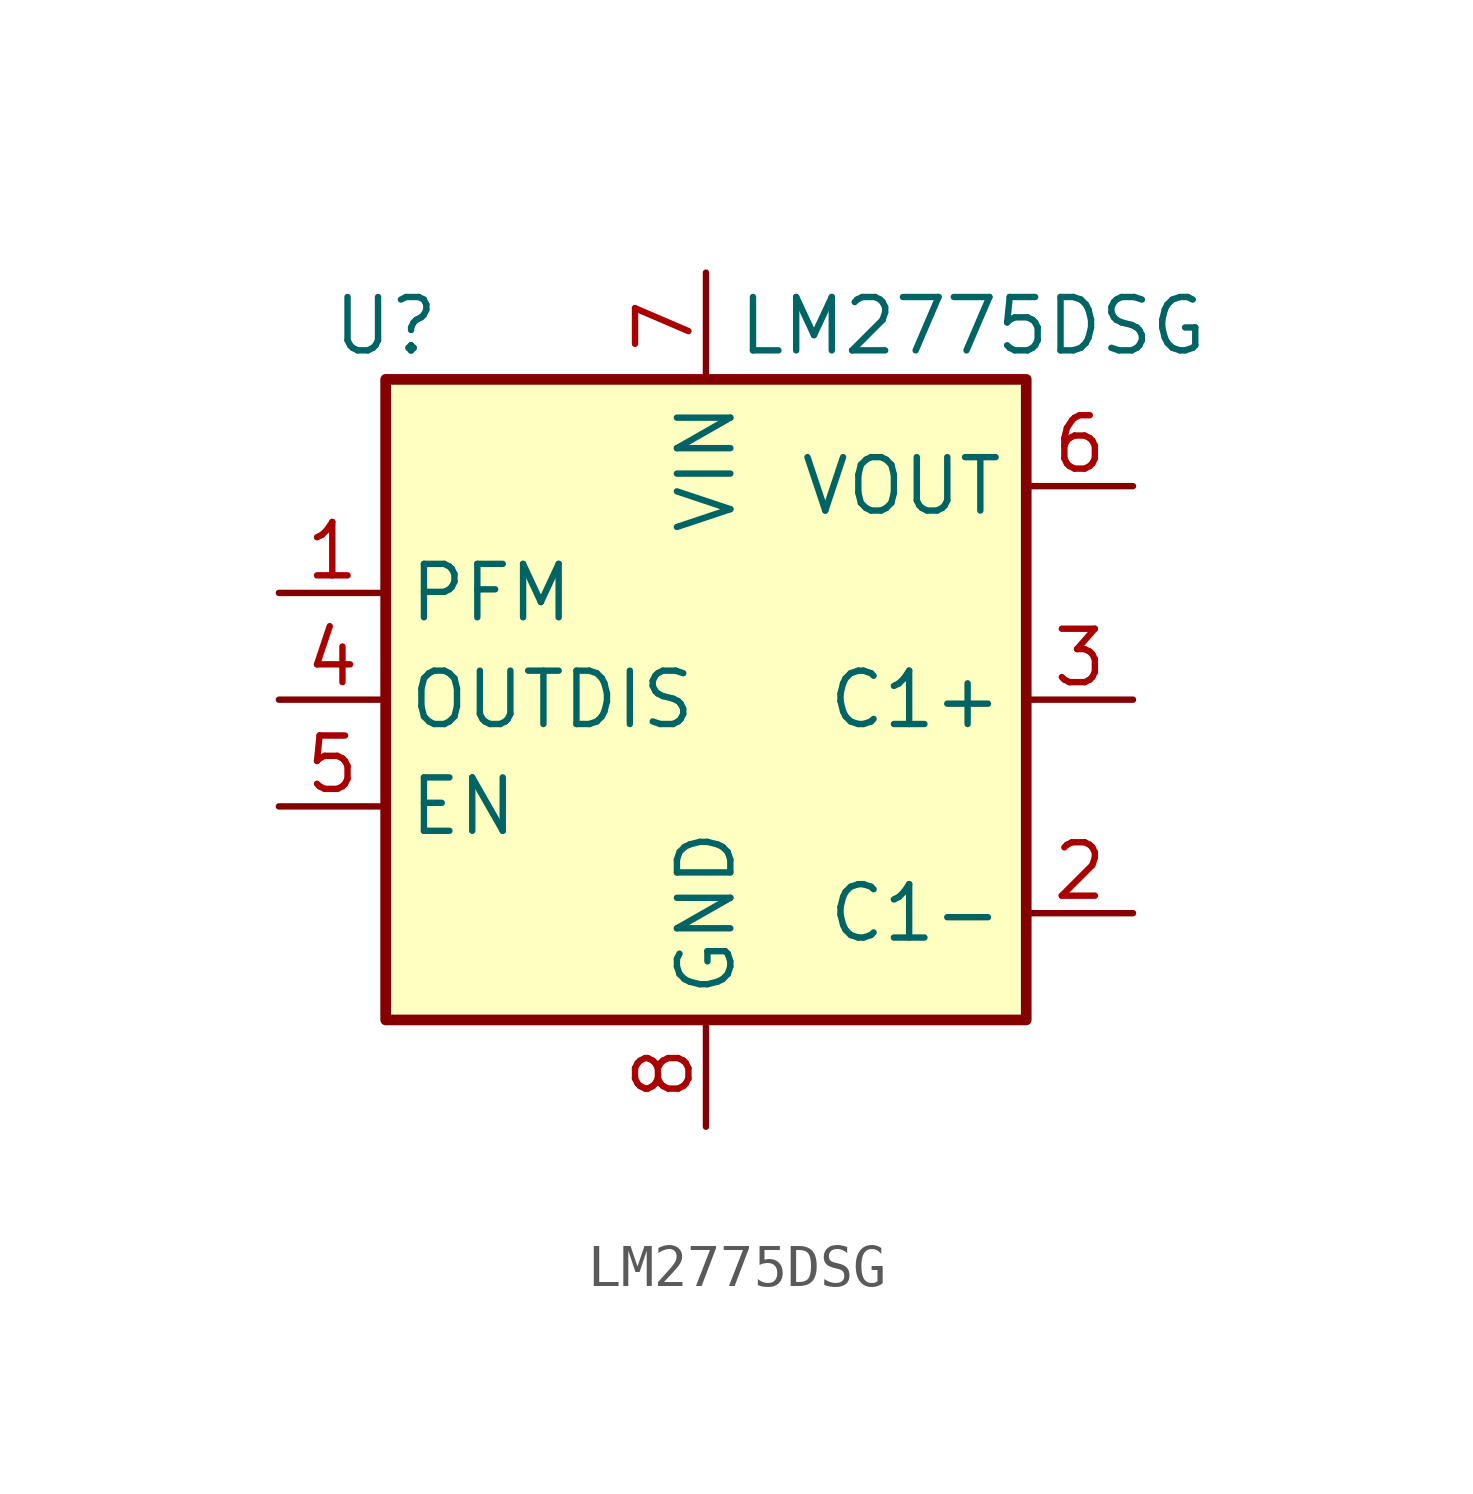
<source format=kicad_sym>
(kicad_symbol_lib
  (version 20211014)
  (generator kicad_symbol_editor)
  (symbol "LM2775DSG"
    (property "Reference" "U"
      (at -7.62 8.89 0)
      (effects (font (size 1.27 1.27))))
    (property "Value" "LM2775DSG"
      (at 6.35 8.89 0)
      (effects (font (size 1.27 1.27))))
    (symbol "LM2775DSG_0_1"
      (rectangle (start -7.62 7.62) (end 7.62 -7.62) (stroke (width 0.254) (type default)) (fill (type background))))
    (symbol "LM2775DSG_1_1"
      (pin input line (at -10.16 2.54 0) (length 2.54) (name "PFM" (effects (font (size 1.27 1.27)))) (number "1" (effects (font (size 1.27 1.27)))))
      (pin passive line (at 10.16 -5.08 180) (length 2.54) (name "C1-" (effects (font (size 1.27 1.27)))) (number "2" (effects (font (size 1.27 1.27)))))
      (pin passive line (at 10.16 0 180) (length 2.54) (name "C1+" (effects (font (size 1.27 1.27)))) (number "3" (effects (font (size 1.27 1.27)))))
      (pin input line (at -10.16 0 0) (length 2.54) (name "OUTDIS" (effects (font (size 1.27 1.27)))) (number "4" (effects (font (size 1.27 1.27)))))
      (pin input line (at -10.16 -2.54 0) (length 2.54) (name "EN" (effects (font (size 1.27 1.27)))) (number "5" (effects (font (size 1.27 1.27)))))
      (pin power_out line (at 10.16 5.08 180) (length 2.54) (name "VOUT" (effects (font (size 1.27 1.27)))) (number "6" (effects (font (size 1.27 1.27)))))
      (pin power_in line (at 0 10.16 270) (length 2.54) (name "VIN" (effects (font (size 1.27 1.27)))) (number "7" (effects (font (size 1.27 1.27)))))
      (pin power_in line (at 0 -10.16 90) (length 2.54) (name "GND" (effects (font (size 1.27 1.27)))) (number "8" (effects (font (size 1.27 1.27)))))
      (pin passive line (at 0 -10.16 90) (length 2.54) hide (name "GND" (effects (font (size 1.27 1.27)))) (number "9" (effects (font (size 1.27 1.27))))))))
</source>
